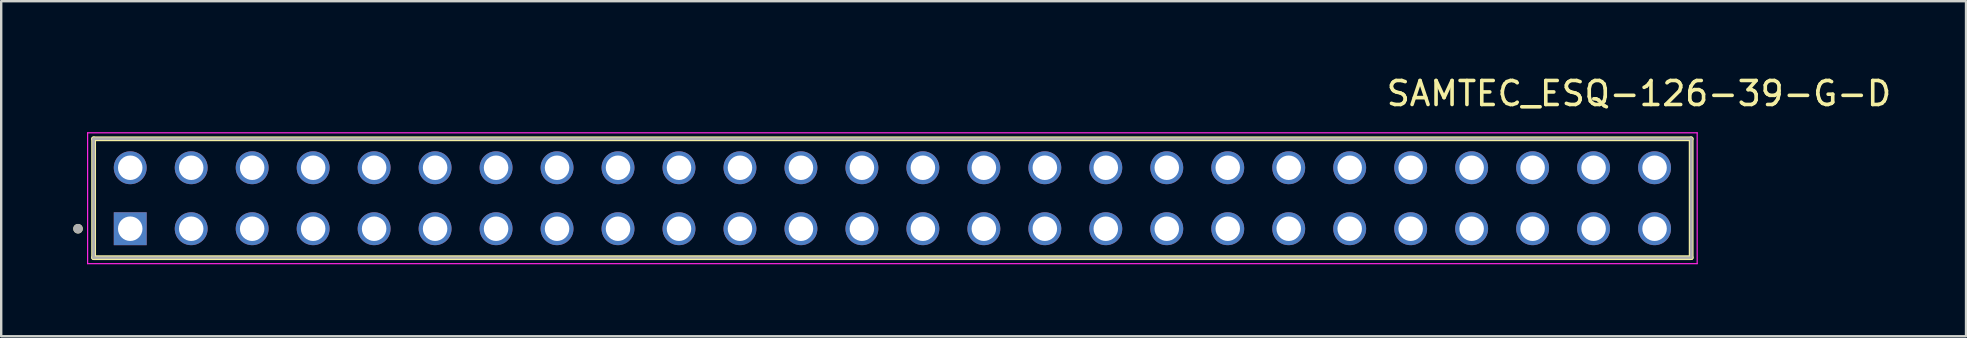
<source format=kicad_pcb>
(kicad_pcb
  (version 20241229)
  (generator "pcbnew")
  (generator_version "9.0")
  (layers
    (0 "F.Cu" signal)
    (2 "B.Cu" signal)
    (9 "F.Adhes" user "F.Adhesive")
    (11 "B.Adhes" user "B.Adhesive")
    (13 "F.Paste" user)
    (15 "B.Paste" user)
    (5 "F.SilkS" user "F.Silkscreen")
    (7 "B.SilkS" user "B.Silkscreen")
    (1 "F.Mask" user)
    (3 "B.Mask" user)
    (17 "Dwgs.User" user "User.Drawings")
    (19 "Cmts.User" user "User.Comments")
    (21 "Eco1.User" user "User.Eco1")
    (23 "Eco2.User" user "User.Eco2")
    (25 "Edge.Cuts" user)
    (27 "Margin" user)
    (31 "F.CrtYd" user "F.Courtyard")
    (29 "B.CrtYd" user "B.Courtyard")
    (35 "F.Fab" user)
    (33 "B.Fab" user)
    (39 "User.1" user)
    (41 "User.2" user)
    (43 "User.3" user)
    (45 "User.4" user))
  (footprint "SAMTEC_ESQ-126-39-G-D"
    (layer "F.Cu")
    (at 65.295 6.478)
    (property "Reference" "SAMTEC_ESQ-126-39-G-D" (at -0.07 -5.63 0) (layer "F.SilkS") (effects (font (size 1 1) (thickness 0.15))))
    (attr through_hole)
    (fp_line (start -64.445 -3.745) (end -64.445 1.205) (stroke (width 0.2) (type solid)) (layer "F.SilkS"))
    (fp_line (start -64.445 -3.745) (end 2.105 -3.745) (stroke (width 0.2) (type solid)) (layer "F.SilkS"))
    (fp_line (start -64.445 1.205) (end 2.105 1.205) (stroke (width 0.2) (type solid)) (layer "F.SilkS"))
    (fp_line (start 2.105 1.205) (end 2.105 -3.745) (stroke (width 0.2) (type solid)) (layer "F.SilkS"))
    (fp_circle (center -65.095 0) (end -65.195 0) (stroke (width 0.2) (type solid)) (fill no) (layer "F.SilkS"))
    (fp_line (start -64.695 -3.995) (end -64.695 1.455) (stroke (width 0.05) (type solid)) (layer "F.CrtYd"))
    (fp_line (start -64.695 1.455) (end 2.355 1.455) (stroke (width 0.05) (type solid)) (layer "F.CrtYd"))
    (fp_line (start 2.355 -3.995) (end -64.695 -3.995) (stroke (width 0.05) (type solid)) (layer "F.CrtYd"))
    (fp_line (start 2.355 1.455) (end 2.355 -3.995) (stroke (width 0.05) (type solid)) (layer "F.CrtYd"))
    (fp_line (start -64.445 -3.745) (end -64.445 1.205) (stroke (width 0.1) (type solid)) (layer "F.Fab"))
    (fp_line (start -64.445 -3.745) (end -64.445 1.205) (stroke (width 0.1) (type solid)) (layer "F.Fab"))
    (fp_line (start -64.445 1.205) (end 2.105 1.205) (stroke (width 0.1) (type solid)) (layer "F.Fab"))
    (fp_line (start 2.105 -3.745) (end -64.445 -3.745) (stroke (width 0.1) (type solid)) (layer "F.Fab"))
    (fp_line (start 2.105 -3.745) (end -64.445 -3.745) (stroke (width 0.1) (type solid)) (layer "F.Fab"))
    (fp_line (start 2.105 1.205) (end 2.105 -3.745) (stroke (width 0.1) (type solid)) (layer "F.Fab"))
    (fp_line (start 2.105 1.205) (end 2.105 -3.745) (stroke (width 0.1) (type solid)) (layer "F.Fab"))
    (fp_circle (center -65.095 0) (end -65.195 0) (stroke (width 0.2) (type solid)) (fill no) (layer "F.Fab"))
    (pad "01" thru_hole rect (at -62.92 0) (size 1.37 1.37) (drill 1.02) (layers "*.Cu" "*.Mask"))
    (pad "02" thru_hole circle (at -62.92 -2.54) (size 1.37 1.37) (drill 1.02) (layers "*.Cu" "*.Mask"))
    (pad "03" thru_hole circle (at -60.38 0) (size 1.37 1.37) (drill 1.02) (layers "*.Cu" "*.Mask"))
    (pad "04" thru_hole circle (at -60.38 -2.54) (size 1.37 1.37) (drill 1.02) (layers "*.Cu" "*.Mask"))
    (pad "05" thru_hole circle (at -57.84 0) (size 1.37 1.37) (drill 1.02) (layers "*.Cu" "*.Mask"))
    (pad "06" thru_hole circle (at -57.84 -2.54) (size 1.37 1.37) (drill 1.02) (layers "*.Cu" "*.Mask"))
    (pad "07" thru_hole circle (at -55.3 0) (size 1.37 1.37) (drill 1.02) (layers "*.Cu" "*.Mask"))
    (pad "08" thru_hole circle (at -55.3 -2.54) (size 1.37 1.37) (drill 1.02) (layers "*.Cu" "*.Mask"))
    (pad "09" thru_hole circle (at -52.76 0) (size 1.37 1.37) (drill 1.02) (layers "*.Cu" "*.Mask"))
    (pad "10" thru_hole circle (at -52.76 -2.54) (size 1.37 1.37) (drill 1.02) (layers "*.Cu" "*.Mask"))
    (pad "11" thru_hole circle (at -50.22 0) (size 1.37 1.37) (drill 1.02) (layers "*.Cu" "*.Mask"))
    (pad "12" thru_hole circle (at -50.22 -2.54) (size 1.37 1.37) (drill 1.02) (layers "*.Cu" "*.Mask"))
    (pad "13" thru_hole circle (at -47.68 0) (size 1.37 1.37) (drill 1.02) (layers "*.Cu" "*.Mask"))
    (pad "14" thru_hole circle (at -47.68 -2.54) (size 1.37 1.37) (drill 1.02) (layers "*.Cu" "*.Mask"))
    (pad "15" thru_hole circle (at -45.14 0) (size 1.37 1.37) (drill 1.02) (layers "*.Cu" "*.Mask"))
    (pad "16" thru_hole circle (at -45.14 -2.54) (size 1.37 1.37) (drill 1.02) (layers "*.Cu" "*.Mask"))
    (pad "17" thru_hole circle (at -42.6 0) (size 1.37 1.37) (drill 1.02) (layers "*.Cu" "*.Mask"))
    (pad "18" thru_hole circle (at -42.6 -2.54) (size 1.37 1.37) (drill 1.02) (layers "*.Cu" "*.Mask"))
    (pad "19" thru_hole circle (at -40.06 0) (size 1.37 1.37) (drill 1.02) (layers "*.Cu" "*.Mask"))
    (pad "20" thru_hole circle (at -40.06 -2.54) (size 1.37 1.37) (drill 1.02) (layers "*.Cu" "*.Mask"))
    (pad "21" thru_hole circle (at -37.52 0) (size 1.37 1.37) (drill 1.02) (layers "*.Cu" "*.Mask"))
    (pad "22" thru_hole circle (at -37.52 -2.54) (size 1.37 1.37) (drill 1.02) (layers "*.Cu" "*.Mask"))
    (pad "23" thru_hole circle (at -34.98 0) (size 1.37 1.37) (drill 1.02) (layers "*.Cu" "*.Mask"))
    (pad "24" thru_hole circle (at -34.98 -2.54) (size 1.37 1.37) (drill 1.02) (layers "*.Cu" "*.Mask"))
    (pad "25" thru_hole circle (at -32.44 0) (size 1.37 1.37) (drill 1.02) (layers "*.Cu" "*.Mask"))
    (pad "26" thru_hole circle (at -32.44 -2.54) (size 1.37 1.37) (drill 1.02) (layers "*.Cu" "*.Mask"))
    (pad "27" thru_hole circle (at -29.9 0) (size 1.37 1.37) (drill 1.02) (layers "*.Cu" "*.Mask"))
    (pad "28" thru_hole circle (at -29.9 -2.54) (size 1.37 1.37) (drill 1.02) (layers "*.Cu" "*.Mask"))
    (pad "29" thru_hole circle (at -27.36 0) (size 1.37 1.37) (drill 1.02) (layers "*.Cu" "*.Mask"))
    (pad "30" thru_hole circle (at -27.36 -2.54) (size 1.37 1.37) (drill 1.02) (layers "*.Cu" "*.Mask"))
    (pad "31" thru_hole circle (at -24.82 0) (size 1.37 1.37) (drill 1.02) (layers "*.Cu" "*.Mask"))
    (pad "32" thru_hole circle (at -24.82 -2.54) (size 1.37 1.37) (drill 1.02) (layers "*.Cu" "*.Mask"))
    (pad "33" thru_hole circle (at -22.28 0) (size 1.37 1.37) (drill 1.02) (layers "*.Cu" "*.Mask"))
    (pad "34" thru_hole circle (at -22.28 -2.54) (size 1.37 1.37) (drill 1.02) (layers "*.Cu" "*.Mask"))
    (pad "35" thru_hole circle (at -19.74 0) (size 1.37 1.37) (drill 1.02) (layers "*.Cu" "*.Mask"))
    (pad "36" thru_hole circle (at -19.74 -2.54) (size 1.37 1.37) (drill 1.02) (layers "*.Cu" "*.Mask"))
    (pad "37" thru_hole circle (at -17.2 0) (size 1.37 1.37) (drill 1.02) (layers "*.Cu" "*.Mask"))
    (pad "38" thru_hole circle (at -17.2 -2.54) (size 1.37 1.37) (drill 1.02) (layers "*.Cu" "*.Mask"))
    (pad "39" thru_hole circle (at -14.66 0) (size 1.37 1.37) (drill 1.02) (layers "*.Cu" "*.Mask"))
    (pad "40" thru_hole circle (at -14.66 -2.54) (size 1.37 1.37) (drill 1.02) (layers "*.Cu" "*.Mask"))
    (pad "41" thru_hole circle (at -12.12 0) (size 1.37 1.37) (drill 1.02) (layers "*.Cu" "*.Mask"))
    (pad "42" thru_hole circle (at -12.12 -2.54) (size 1.37 1.37) (drill 1.02) (layers "*.Cu" "*.Mask"))
    (pad "43" thru_hole circle (at -9.58 0) (size 1.37 1.37) (drill 1.02) (layers "*.Cu" "*.Mask"))
    (pad "44" thru_hole circle (at -9.58 -2.54) (size 1.37 1.37) (drill 1.02) (layers "*.Cu" "*.Mask"))
    (pad "45" thru_hole circle (at -7.04 0) (size 1.37 1.37) (drill 1.02) (layers "*.Cu" "*.Mask"))
    (pad "46" thru_hole circle (at -7.04 -2.54) (size 1.37 1.37) (drill 1.02) (layers "*.Cu" "*.Mask"))
    (pad "47" thru_hole circle (at -4.5 0) (size 1.37 1.37) (drill 1.02) (layers "*.Cu" "*.Mask"))
    (pad "48" thru_hole circle (at -4.5 -2.54) (size 1.37 1.37) (drill 1.02) (layers "*.Cu" "*.Mask"))
    (pad "49" thru_hole circle (at -1.96 0) (size 1.37 1.37) (drill 1.02) (layers "*.Cu" "*.Mask"))
    (pad "50" thru_hole circle (at -1.96 -2.54) (size 1.37 1.37) (drill 1.02) (layers "*.Cu" "*.Mask"))
    (pad "51" thru_hole circle (at 0.58 0) (size 1.37 1.37) (drill 1.02) (layers "*.Cu" "*.Mask"))
    (pad "52" thru_hole circle (at 0.58 -2.54) (size 1.37 1.37) (drill 1.02) (layers "*.Cu" "*.Mask")))
  (gr_rect
    (start -3 -3)
    (end 78.85 10.958)
    (stroke (width 0.1) (type default))
    (fill no)
    (layer "Edge.Cuts")))
</source>
